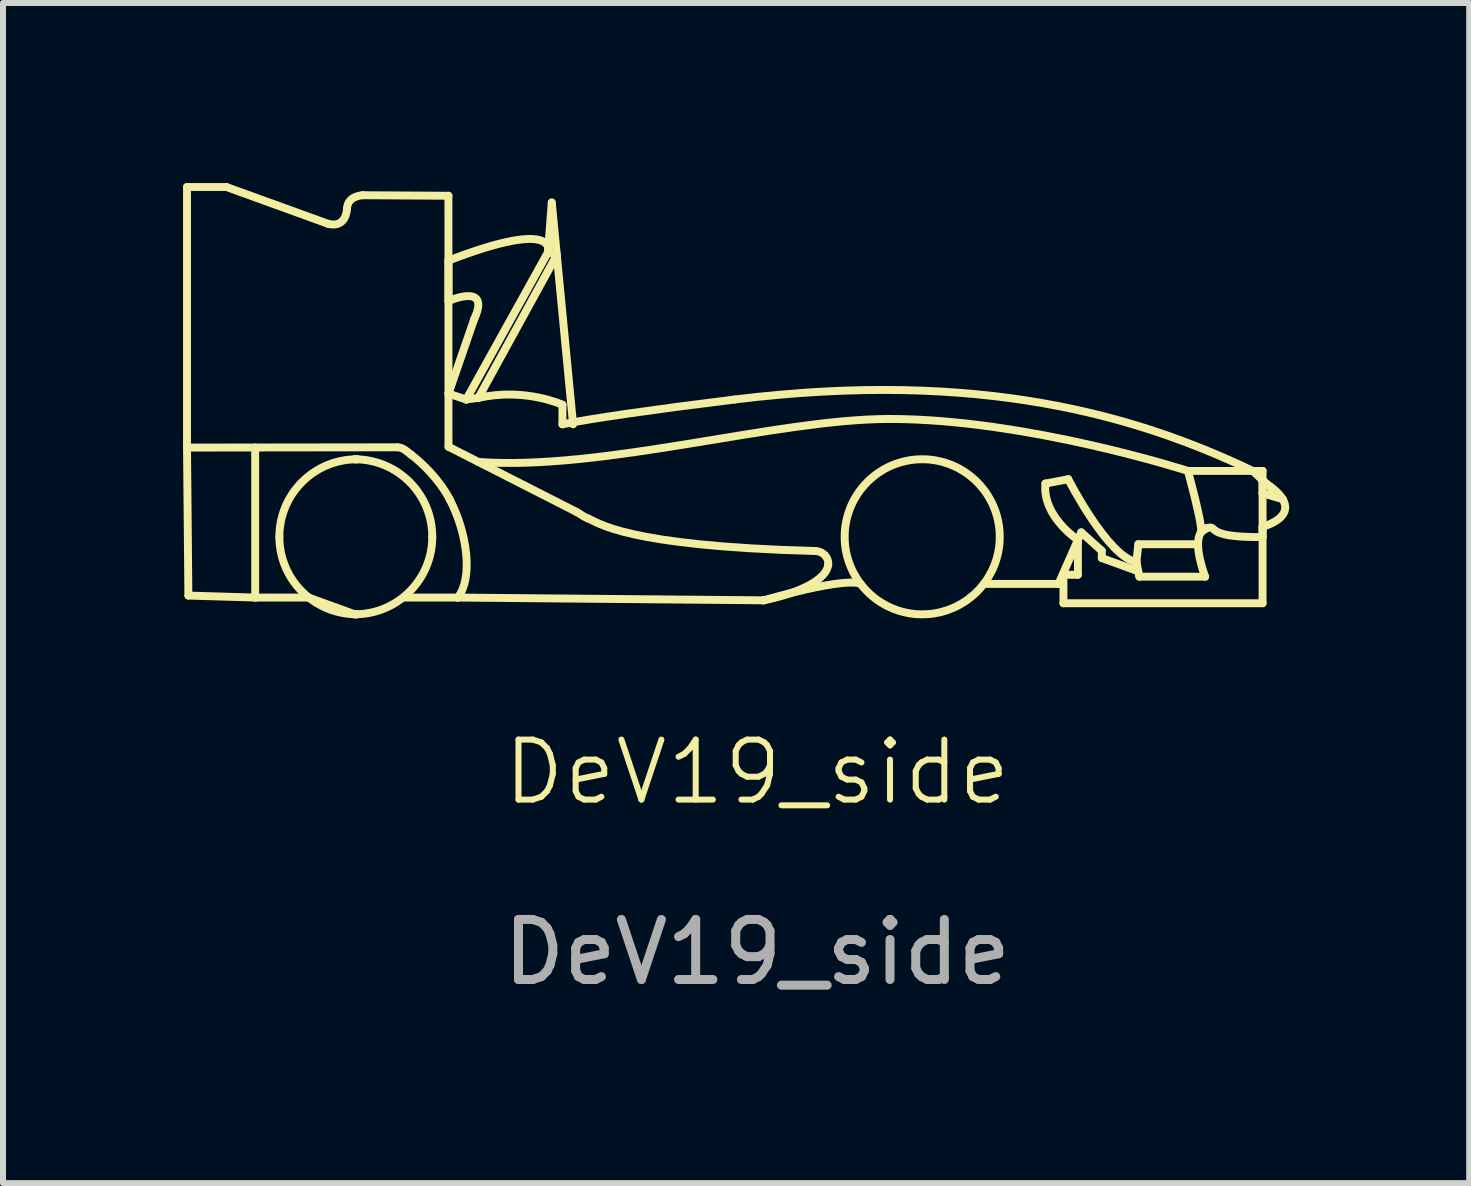
<source format=kicad_pcb>
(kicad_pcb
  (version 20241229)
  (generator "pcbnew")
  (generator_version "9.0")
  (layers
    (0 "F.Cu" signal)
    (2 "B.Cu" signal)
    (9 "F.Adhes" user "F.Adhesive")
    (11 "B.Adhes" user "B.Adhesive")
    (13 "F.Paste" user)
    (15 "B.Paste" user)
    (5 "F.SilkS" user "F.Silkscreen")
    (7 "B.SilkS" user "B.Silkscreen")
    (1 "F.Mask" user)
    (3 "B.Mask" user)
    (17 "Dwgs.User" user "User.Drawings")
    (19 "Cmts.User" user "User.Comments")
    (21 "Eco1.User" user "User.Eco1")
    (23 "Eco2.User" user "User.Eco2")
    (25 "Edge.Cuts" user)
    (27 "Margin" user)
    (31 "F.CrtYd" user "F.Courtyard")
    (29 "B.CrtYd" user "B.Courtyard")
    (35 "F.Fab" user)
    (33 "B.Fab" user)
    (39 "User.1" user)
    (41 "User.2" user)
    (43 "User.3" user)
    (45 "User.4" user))
  (footprint "DeV19_side"
    (layer "F.Cu")
    (at 9.566 10.316)
    (property "Reference" "DeV19_side" (at 0 -0.5 0) (unlocked yes) (layer "F.SilkS") (effects (font (size 1 1) (thickness 0.1))))
    (attr smd)
    (fp_line (start -9.5 -10.25) (end -8.843 -10.25) (stroke (width 0.132) (type solid) (color 29 29 27 1)) (layer "F.SilkS"))
    (fp_line (start -9.5 -5.908) (end -9.5 -10.25) (stroke (width 0.132) (type solid) (color 29 29 27 1)) (layer "F.SilkS"))
    (fp_line (start -9.477 -3.442) (end -9.5 -5.908) (stroke (width 0.132) (type solid) (color 29 29 27 1)) (layer "F.SilkS"))
    (fp_line (start -8.843 -10.25) (end -7.153 -9.638) (stroke (width 0.132) (type solid) (color 29 29 27 1)) (layer "F.SilkS"))
    (fp_line (start -8.364 -3.409) (end -9.477 -3.442) (stroke (width 0.132) (type solid) (color 29 29 27 1)) (layer "F.SilkS"))
    (fp_line (start -8.364 -3.409) (end -8.364 -5.91) (stroke (width 0.132) (type solid) (color 29 29 27 1)) (layer "F.SilkS"))
    (fp_line (start -7.472 -3.409) (end -8.364 -3.409) (stroke (width 0.132) (type solid) (color 29 29 27 1)) (layer "F.SilkS"))
    (fp_line (start -6.705 -5.713) (end -6.669 -5.713) (stroke (width 0.132) (type default)) (layer "F.SilkS"))
    (fp_line (start -6.705 -3.13) (end -7.472 -3.409) (stroke (width 0.132) (type default)) (layer "F.SilkS"))
    (fp_line (start -6.669 -3.13) (end -6.705 -3.13) (stroke (width 0.132) (type default)) (layer "F.SilkS"))
    (fp_line (start -6.568 -10.113) (end -5.144 -10.104) (stroke (width 0.132) (type solid) (color 29 29 27 1)) (layer "F.SilkS"))
    (fp_line (start -5.996 -5.913) (end -9.5 -5.908) (stroke (width 0.132) (type solid) (color 29 29 27 1)) (layer "F.SilkS"))
    (fp_line (start -5.144 -10.104) (end -5.143 -5.922) (stroke (width 0.132) (type solid) (color 29 29 27 1)) (layer "F.SilkS"))
    (fp_line (start -5.143 -8.35) (end -5.143 -9.024) (stroke (width 0.132) (type default)) (layer "F.SilkS"))
    (fp_line (start -5.143 -6.807) (end -4.847 -6.709) (stroke (width 0.132) (type solid) (color 29 29 27 1)) (layer "F.SilkS"))
    (fp_line (start -5.143 -5.922) (end -3.01 -4.836) (stroke (width 0.132) (type solid) (color 29 29 27 1)) (layer "F.SilkS"))
    (fp_line (start -4.988 -3.409) (end -5.867 -3.409) (stroke (width 0.132) (type solid) (color 29 29 27 1)) (layer "F.SilkS"))
    (fp_line (start -4.988 -3.409) (end -4.988 -3.409) (stroke (width 0.132) (type default)) (layer "F.SilkS"))
    (fp_line (start -4.847 -6.709) (end -4.645 -6.736) (stroke (width 0.132) (type solid) (color 29 29 27 1)) (layer "F.SilkS"))
    (fp_line (start -4.847 -6.709) (end -3.485 -9.163) (stroke (width 0.132) (type solid) (color 29 29 27 1)) (layer "F.SilkS"))
    (fp_line (start -4.715 -8.047) (end -5.143 -6.807) (stroke (width 0.132) (type solid) (color 29 29 27 1)) (layer "F.SilkS"))
    (fp_line (start -4.645 -6.736) (end -3.338 -9.117) (stroke (width 0.132) (type solid) (color 29 29 27 1)) (layer "F.SilkS"))
    (fp_line (start -3.485 -9.163) (end -3.422 -9.992) (stroke (width 0.132) (type default)) (layer "F.SilkS"))
    (fp_line (start -3.422 -9.992) (end -3.067 -6.296) (stroke (width 0.132) (type solid) (color 29 29 27 1)) (layer "F.SilkS"))
    (fp_line (start -3.338 -9.117) (end -3.485 -9.163) (stroke (width 0.132) (type default)) (layer "F.SilkS"))
    (fp_line (start -3.244 -6.296) (end -3.244 -6.622) (stroke (width 0.132) (type solid) (color 29 29 27 1)) (layer "F.SilkS"))
    (fp_line (start 0.108 -3.363) (end -4.988 -3.409) (stroke (width 0.132) (type solid) (color 29 29 27 1)) (layer "F.SilkS"))
    (fp_line (start 0.108 -3.363) (end 0.108 -3.363) (stroke (width 0.132) (type default)) (layer "F.SilkS"))
    (fp_line (start 5.022 -3.637) (end 3.777 -3.637) (stroke (width 0.132) (type solid) (color 29 29 27 1)) (layer "F.SilkS"))
    (fp_line (start 5.104 -3.789) (end 5.104 -3.314) (stroke (width 0.132) (type solid) (color 29 29 27 1)) (layer "F.SilkS"))
    (fp_line (start 5.104 -3.314) (end 8.422 -3.314) (stroke (width 0.132) (type solid) (color 29 29 27 1)) (layer "F.SilkS"))
    (fp_line (start 5.184 -5.381) (end 4.804 -5.309) (stroke (width 0.132) (type solid) (color 29 29 27 1)) (layer "F.SilkS"))
    (fp_line (start 5.345 -4.37) (end 5.345 -3.789) (stroke (width 0.132) (type solid) (color 29 29 27 1)) (layer "F.SilkS"))
    (fp_line (start 5.345 -3.789) (end 5.104 -3.789) (stroke (width 0.132) (type solid) (color 29 29 27 1)) (layer "F.SilkS"))
    (fp_line (start 5.401 -4.496) (end 5.022 -3.637) (stroke (width 0.132) (type solid) (color 29 29 27 1)) (layer "F.SilkS"))
    (fp_line (start 5.743 -4.188) (end 5.401 -4.496) (stroke (width 0.132) (type solid) (color 29 29 27 1)) (layer "F.SilkS"))
    (fp_line (start 5.743 -4.067) (end 5.743 -4.188) (stroke (width 0.132) (type solid) (color 29 29 27 1)) (layer "F.SilkS"))
    (fp_line (start 6.305 -3.863) (end 5.743 -4.067) (stroke (width 0.132) (type solid) (color 29 29 27 1)) (layer "F.SilkS"))
    (fp_line (start 6.352 -4.298) (end 6.305 -3.863) (stroke (width 0.132) (type solid) (color 29 29 27 1)) (layer "F.SilkS"))
    (fp_line (start 6.369 -3.757) (end 6.32 -4.003) (stroke (width 0.132) (type solid) (color 29 29 27 1)) (layer "F.SilkS"))
    (fp_line (start 7.347 -4.298) (end 6.352 -4.298) (stroke (width 0.132) (type solid) (color 29 29 27 1)) (layer "F.SilkS"))
    (fp_line (start 7.398 -4.501) (end 7.483 -4.562) (stroke (width 0.132) (type default)) (layer "F.SilkS"))
    (fp_line (start 7.465 -3.757) (end 6.369 -3.757) (stroke (width 0.132) (type solid) (color 29 29 27 1)) (layer "F.SilkS"))
    (fp_line (start 8.422 -5.519) (end 7.178 -5.519) (stroke (width 0.132) (type solid) (color 29 29 27 1)) (layer "F.SilkS"))
    (fp_line (start 8.422 -3.314) (end 8.422 -5.519) (stroke (width 0.132) (type solid) (color 29 29 27 1)) (layer "F.SilkS"))
    (fp_line (start 8.422 -5.349) (end 8.422 -5.146) (stroke (width 0.132) (type default)) (layer "F.SilkS"))
    (fp_line (start 8.422 -4.417) (end 8.422 -4.589) (stroke (width 0.132) (type default)) (layer "F.SilkS"))
    (fp_line (start 8.757 -5.049) (end 8.259 -5.519) (stroke (width 0.132) (type default)) (layer "F.SilkS"))
    (fp_line (start 8.757 -5.049) (end 8.422 -5.146) (stroke (width 0.132) (type solid) (color 29 29 27 1)) (layer "F.SilkS"))
    (fp_poly (pts (xy 2.817 -5.712) (xy 2.883 -5.707) (xy 2.947 -5.699) (xy 3.011 -5.687) (xy 3.073 -5.673) (xy 3.135 -5.655) (xy 3.195 -5.635) (xy 3.253 -5.612) (xy 3.311 -5.586) (xy 3.366 -5.558) (xy 3.42 -5.526) (xy 3.473 -5.493) (xy 3.523 -5.457) (xy 3.572 -5.418) (xy 3.619 -5.378) (xy 3.664 -5.335) (xy 3.707 -5.29) (xy 3.747 -5.243) (xy 3.786 -5.194) (xy 3.822 -5.144) (xy 3.855 -5.091) (xy 3.886 -5.037) (xy 3.915 -4.982) (xy 3.941 -4.924) (xy 3.964 -4.866) (xy 3.984 -4.806) (xy 4.002 -4.744) (xy 4.016 -4.682) (xy 4.028 -4.618) (xy 4.036 -4.554) (xy 4.041 -4.488) (xy 4.042 -4.421) (xy 4.041 -4.355) (xy 4.036 -4.289) (xy 4.028 -4.225) (xy 4.016 -4.161) (xy 4.002 -4.099) (xy 3.984 -4.037) (xy 3.964 -3.977) (xy 3.941 -3.919) (xy 3.915 -3.861) (xy 3.886 -3.806) (xy 3.855 -3.752) (xy 3.822 -3.699) (xy 3.786 -3.648) (xy 3.747 -3.6) (xy 3.707 -3.553) (xy 3.664 -3.508) (xy 3.619 -3.465) (xy 3.572 -3.425) (xy 3.523 -3.386) (xy 3.473 -3.35) (xy 3.42 -3.317) (xy 3.366 -3.285) (xy 3.311 -3.257) (xy 3.253 -3.231) (xy 3.195 -3.208) (xy 3.135 -3.188) (xy 3.073 -3.17) (xy 3.011 -3.156) (xy 2.947 -3.144) (xy 2.883 -3.136) (xy 2.817 -3.131) (xy 2.75 -3.13) (xy 2.684 -3.131) (xy 2.618 -3.136) (xy 2.554 -3.144) (xy 2.49 -3.156) (xy 2.428 -3.17) (xy 2.366 -3.188) (xy 2.306 -3.208) (xy 2.248 -3.231) (xy 2.19 -3.257) (xy 2.135 -3.285) (xy 2.081 -3.317) (xy 2.028 -3.35) (xy 1.977 -3.386) (xy 1.929 -3.425) (xy 1.882 -3.465) (xy 1.837 -3.508) (xy 1.794 -3.553) (xy 1.754 -3.6) (xy 1.715 -3.648) (xy 1.679 -3.699) (xy 1.646 -3.752) (xy 1.614 -3.806) (xy 1.586 -3.861) (xy 1.56 -3.919) (xy 1.537 -3.977) (xy 1.517 -4.037) (xy 1.499 -4.099) (xy 1.485 -4.161) (xy 1.473 -4.225) (xy 1.465 -4.289) (xy 1.46 -4.355) (xy 1.459 -4.421) (xy 1.46 -4.488) (xy 1.465 -4.554) (xy 1.473 -4.618) (xy 1.485 -4.682) (xy 1.499 -4.744) (xy 1.517 -4.806) (xy 1.537 -4.866) (xy 1.56 -4.924) (xy 1.586 -4.982) (xy 1.614 -5.037) (xy 1.646 -5.091) (xy 1.679 -5.144) (xy 1.715 -5.194) (xy 1.754 -5.243) (xy 1.794 -5.29) (xy 1.837 -5.335) (xy 1.882 -5.378) (xy 1.929 -5.418) (xy 1.977 -5.457) (xy 2.028 -5.493) (xy 2.081 -5.526) (xy 2.135 -5.558) (xy 2.19 -5.586) (xy 2.248 -5.612) (xy 2.306 -5.635) (xy 2.366 -5.655) (xy 2.428 -5.673) (xy 2.49 -5.687) (xy 2.554 -5.699) (xy 2.618 -5.707) (xy 2.684 -5.712) (xy 2.75 -5.713)) (stroke (width 0.132) (type solid) (color 29 29 27 1)) (fill no) (layer "F.SilkS"))
    (fp_curve (pts (xy -7.961 -4.421) (xy -7.961 -5.135) (xy -7.383 -5.713) (xy -6.669 -5.713)) (stroke (width 0.132) (type solid) (color 29 29 27 1)) (layer "F.SilkS"))
    (fp_curve (pts (xy -7.153 -9.638) (xy -7.153 -9.638) (xy -6.861 -9.537) (xy -6.833 -9.894)) (stroke (width 0.132) (type solid) (color 29 29 27 1)) (layer "F.SilkS"))
    (fp_curve (pts (xy -6.833 -9.894) (xy -6.822 -10.108) (xy -6.568 -10.113) (xy -6.568 -10.113)) (stroke (width 0.132) (type solid) (color 29 29 27 1)) (layer "F.SilkS"))
    (fp_curve (pts (xy -6.705 -3.13) (xy -5.991 -3.13) (xy -5.413 -3.708) (xy -5.413 -4.421)) (stroke (width 0.132) (type solid) (color 29 29 27 1)) (layer "F.SilkS"))
    (fp_curve (pts (xy -6.669 -3.13) (xy -7.383 -3.13) (xy -7.961 -3.708) (xy -7.961 -4.421)) (stroke (width 0.132) (type solid) (color 29 29 27 1)) (layer "F.SilkS"))
    (fp_curve (pts (xy -5.766 -5.79) (xy -5.839 -5.846) (xy -5.904 -5.913) (xy -5.996 -5.913)) (stroke (width 0.132) (type solid) (color 29 29 27 1)) (layer "F.SilkS"))
    (fp_curve (pts (xy -5.413 -4.421) (xy -5.413 -5.135) (xy -5.991 -5.713) (xy -6.705 -5.713)) (stroke (width 0.132) (type solid) (color 29 29 27 1)) (layer "F.SilkS"))
    (fp_curve (pts (xy -5.143 -8.35) (xy -5.143 -8.35) (xy -4.425 -8.671) (xy -4.715 -8.047)) (stroke (width 0.132) (type solid) (color 29 29 27 1)) (layer "F.SilkS"))
    (fp_curve (pts (xy -5.123 -5.046) (xy -5.302 -5.389) (xy -5.602 -5.666) (xy -5.766 -5.79)) (stroke (width 0.132) (type solid) (color 29 29 27 1)) (layer "F.SilkS"))
    (fp_curve (pts (xy -4.988 -3.409) (xy -4.732 -3.732) (xy -4.826 -4.476) (xy -5.123 -5.046)) (stroke (width 0.132) (type solid) (color 29 29 27 1)) (layer "F.SilkS"))
    (fp_curve (pts (xy -3.485 -9.163) (xy -3.485 -9.163) (xy -3.284 -9.743) (xy -5.143 -9.024)) (stroke (width 0.132) (type solid) (color 29 29 27 1)) (layer "F.SilkS"))
    (fp_curve (pts (xy -3.244 -6.622) (xy -3.244 -6.622) (xy -3.871 -6.911) (xy -4.645 -6.736)) (stroke (width 0.132) (type solid) (color 29 29 27 1)) (layer "F.SilkS"))
    (fp_curve (pts (xy -3.01 -4.836) (xy -2.953 -4.808) (xy -2.884 -4.75) (xy -2.824 -4.729)) (stroke (width 0.132) (type solid) (color 29 29 27 1)) (layer "F.SilkS"))
    (fp_curve (pts (xy -2.824 -4.729) (xy -2.648 -4.667) (xy -2.244 -4.269) (xy 0.974 -4.184)) (stroke (width 0.132) (type solid) (color 29 29 27 1)) (layer "F.SilkS"))
    (fp_curve (pts (xy -0.376 -6.709) (xy -1.796 -6.534) (xy -2.724 -6.398) (xy -3.244 -6.296)) (stroke (width 0.132) (type solid) (color 29 29 27 1)) (layer "F.SilkS"))
    (fp_curve (pts (xy 0.974 -4.184) (xy 1.097 -4.181) (xy 1.198 -4.076) (xy 1.184 -3.955)) (stroke (width 0.132) (type solid) (color 29 29 27 1)) (layer "F.SilkS"))
    (fp_curve (pts (xy 1.184 -3.955) (xy 1.158 -3.725) (xy 0.762 -3.496) (xy 0.108 -3.363)) (stroke (width 0.132) (type solid) (color 29 29 27 1)) (layer "F.SilkS"))
    (fp_curve (pts (xy 1.724 -3.637) (xy 1.724 -3.637) (xy 1.56 -3.774) (xy 0.108 -3.363)) (stroke (width 0.132) (type solid) (color 29 29 27 1)) (layer "F.SilkS"))
    (fp_curve (pts (xy 2.205 -6.385) (xy 0.322 -6.385) (xy -2.561 -5.519) (xy -4.646 -5.669)) (stroke (width 0.132) (type solid) (color 29 29 27 1)) (layer "F.SilkS"))
    (fp_curve (pts (xy 4.804 -5.309) (xy 4.746 -4.764) (xy 5.345 -4.37) (xy 5.345 -4.37)) (stroke (width 0.132) (type solid) (color 29 29 27 1)) (layer "F.SilkS"))
    (fp_curve (pts (xy 6.32 -4.003) (xy 5.851 -4.075) (xy 5.184 -5.381) (xy 5.184 -5.381)) (stroke (width 0.132) (type solid) (color 29 29 27 1)) (layer "F.SilkS"))
    (fp_curve (pts (xy 7.178 -5.519) (xy 7.178 -5.519) (xy 4.498 -6.385) (xy 2.205 -6.385)) (stroke (width 0.132) (type solid) (color 29 29 27 1)) (layer "F.SilkS"))
    (fp_curve (pts (xy 7.178 -5.519) (xy 7.178 -5.519) (xy 7.428 -4.605) (xy 7.398 -4.501)) (stroke (width 0.132) (type solid) (color 29 29 27 1)) (layer "F.SilkS"))
    (fp_curve (pts (xy 7.398 -4.501) (xy 7.253 -4.303) (xy 7.465 -3.757) (xy 7.465 -3.757)) (stroke (width 0.132) (type solid) (color 29 29 27 1)) (layer "F.SilkS"))
    (fp_curve (pts (xy 7.483 -4.562) (xy 7.446 -4.551) (xy 7.418 -4.529) (xy 7.398 -4.501)) (stroke (width 0.132) (type solid) (color 29 29 27 1)) (layer "F.SilkS"))
    (fp_curve (pts (xy 8.259 -5.519) (xy 6.32 -6.446) (xy 3.711 -7.212) (xy -0.376 -6.709)) (stroke (width 0.132) (type solid) (color 29 29 27 1)) (layer "F.SilkS"))
    (fp_curve (pts (xy 8.422 -4.589) (xy 8.422 -4.589) (xy 9.272 -4.81) (xy 8.422 -5.349)) (stroke (width 0.132) (type solid) (color 29 29 27 1)) (layer "F.SilkS"))
    (fp_curve (pts (xy 8.422 -4.417) (xy 7.394 -4.406) (xy 7.711 -4.634) (xy 7.483 -4.562)) (stroke (width 0.132) (type solid) (color 29 29 27 1)) (layer "F.SilkS"))
    (fp_text user "${REFERENCE}" (at 0 2.5 0) (unlocked yes) (layer "F.Fab") (effects (font (size 1 1) (thickness 0.15)))))
  (gr_rect
    (start -3 -3)
    (end 21.431 16.664)
    (stroke (width 0.1) (type default))
    (fill no)
    (layer "Edge.Cuts")))
</source>
